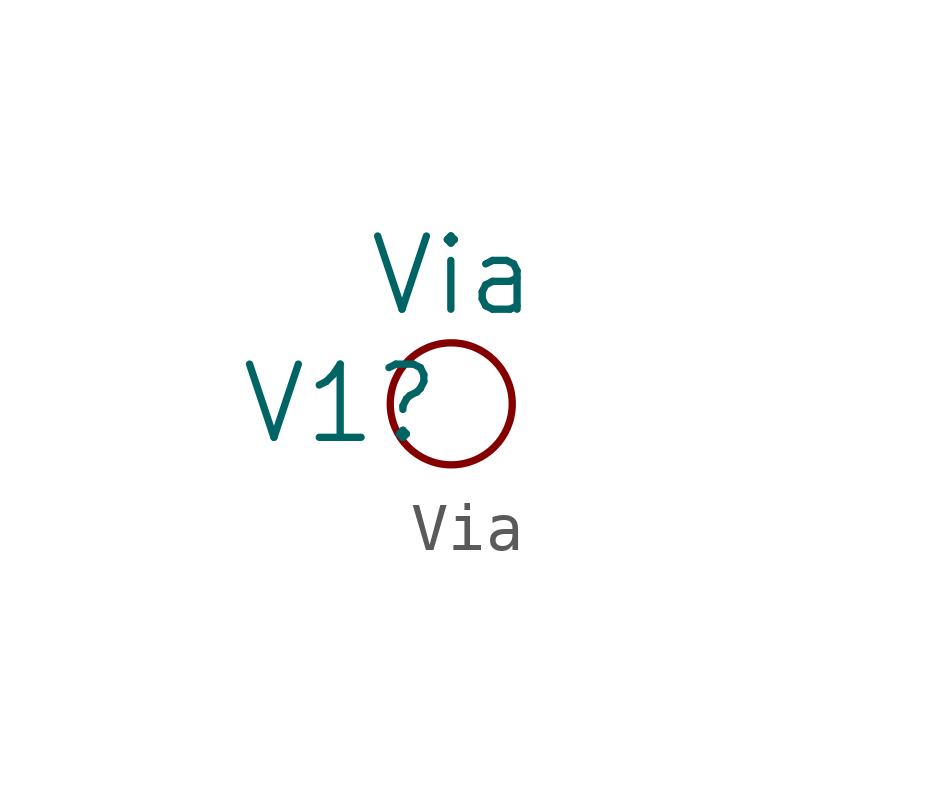
<source format=kicad_sym>
(kicad_symbol_lib
  (version 20220914)
  (generator kicad_symbol_editor)
  (symbol "Via"
    (pin_names
      (offset 1.016))
    (property "Reference" "V1"
      (at -4.445 0 0)
      (effects (font (size 1.524 1.524)) (justify left)))
    (property "Value" "Via"
      (at -1.778 2.667 0)
      (effects (font (size 1.524 1.524)) (justify left)))
    (symbol "Via_0_1"
      (circle (center 0 0) (radius 1.27) (stroke (width 0) (type default)) (fill (type none))))
    (symbol "Via_1_1"
      (pin input line (at 0 0 0) (length 5.08) hide (name "~" (effects (font (size 1.27 1.27)))) (number "1" (effects (font (size 1.27 1.27))))))))
</source>
